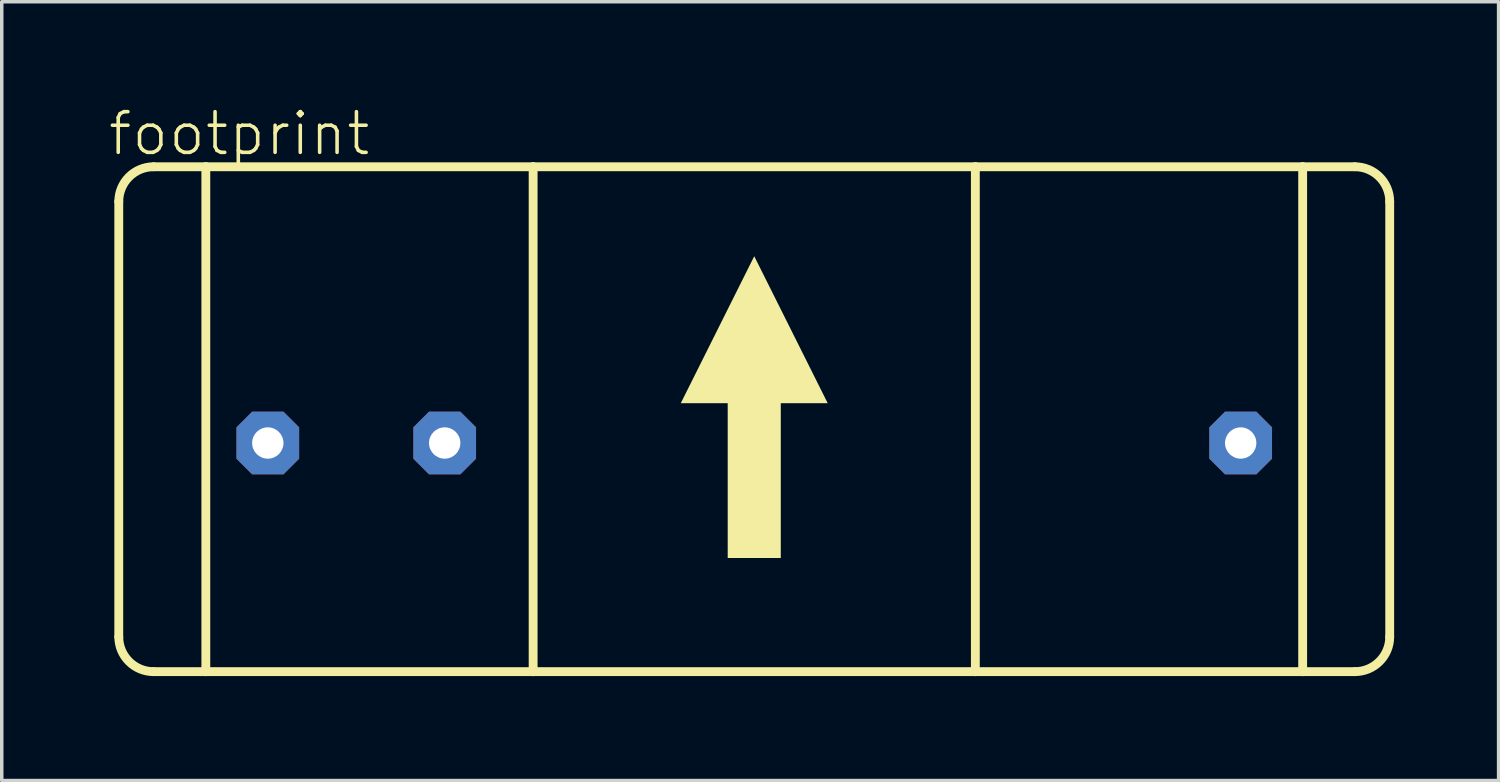
<source format=kicad_pcb>
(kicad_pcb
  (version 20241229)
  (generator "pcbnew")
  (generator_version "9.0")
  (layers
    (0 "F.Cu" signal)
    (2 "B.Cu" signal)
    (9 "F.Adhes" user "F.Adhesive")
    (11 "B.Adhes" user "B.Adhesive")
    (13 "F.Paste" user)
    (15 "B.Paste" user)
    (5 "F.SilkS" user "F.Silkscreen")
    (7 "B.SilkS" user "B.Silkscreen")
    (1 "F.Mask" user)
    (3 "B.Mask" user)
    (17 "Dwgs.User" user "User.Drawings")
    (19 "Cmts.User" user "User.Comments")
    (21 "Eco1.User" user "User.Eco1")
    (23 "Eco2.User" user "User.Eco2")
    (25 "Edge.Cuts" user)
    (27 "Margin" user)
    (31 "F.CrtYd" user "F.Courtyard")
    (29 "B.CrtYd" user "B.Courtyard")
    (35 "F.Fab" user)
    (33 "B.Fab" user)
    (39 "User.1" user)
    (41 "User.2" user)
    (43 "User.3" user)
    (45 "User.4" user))
  (footprint "footprint"
    (layer "F.Cu")
    (at 18.611 9.673)
    (property "Reference" "footprint" (at -18.611 -8.2 0) (layer "F.SilkS") (effects (font (size 1.168 1.168) (thickness 0.102)) (justify left bottom)))
    (fp_line (start -18.25 -6.934) (end -18.25 5.566) (stroke (width 0.254) (type solid)) (layer "F.SilkS"))
    (fp_line (start -17.25 6.566) (end -15.75 6.566) (stroke (width 0.254) (type solid)) (layer "F.SilkS"))
    (fp_line (start -15.75 -7.934) (end -17.25 -7.934) (stroke (width 0.254) (type solid)) (layer "F.SilkS"))
    (fp_line (start -15.75 -7.934) (end -15.75 6.566) (stroke (width 0.254) (type solid)) (layer "F.SilkS"))
    (fp_line (start -15.75 6.566) (end -6.35 6.566) (stroke (width 0.254) (type solid)) (layer "F.SilkS"))
    (fp_line (start -6.35 -7.934) (end -15.75 -7.934) (stroke (width 0.254) (type solid)) (layer "F.SilkS"))
    (fp_line (start -6.35 -7.934) (end -6.35 6.566) (stroke (width 0.254) (type solid)) (layer "F.SilkS"))
    (fp_line (start -6.35 6.566) (end 6.35 6.566) (stroke (width 0.254) (type solid)) (layer "F.SilkS"))
    (fp_line (start 6.35 -7.934) (end -6.35 -7.934) (stroke (width 0.254) (type solid)) (layer "F.SilkS"))
    (fp_line (start 6.35 -7.934) (end 6.35 6.566) (stroke (width 0.254) (type solid)) (layer "F.SilkS"))
    (fp_line (start 6.35 6.566) (end 15.75 6.566) (stroke (width 0.254) (type solid)) (layer "F.SilkS"))
    (fp_line (start 15.75 -7.934) (end 6.35 -7.934) (stroke (width 0.254) (type solid)) (layer "F.SilkS"))
    (fp_line (start 15.75 6.566) (end 15.75 -7.934) (stroke (width 0.254) (type solid)) (layer "F.SilkS"))
    (fp_line (start 15.75 6.566) (end 17.25 6.566) (stroke (width 0.254) (type solid)) (layer "F.SilkS"))
    (fp_line (start 17.25 -7.934) (end 15.75 -7.934) (stroke (width 0.254) (type solid)) (layer "F.SilkS"))
    (fp_line (start 18.25 5.566) (end 18.25 -6.934) (stroke (width 0.254) (type solid)) (layer "F.SilkS"))
    (fp_arc (start -18.25 -6.934) (mid -17.957107 -7.641107) (end -17.25 -7.934) (stroke (width 0.254) (type solid)) (layer "F.SilkS"))
    (fp_arc (start -17.25 6.566) (mid -17.957107 6.273107) (end -18.25 5.566) (stroke (width 0.254) (type solid)) (layer "F.SilkS"))
    (fp_arc (start 17.25 -7.934) (mid 17.957107 -7.641107) (end 18.25 -6.934) (stroke (width 0.254) (type solid)) (layer "F.SilkS"))
    (fp_arc (start 18.25 5.566) (mid 17.957107 6.273107) (end 17.25 6.566) (stroke (width 0.254) (type solid)) (layer "F.SilkS"))
    (fp_poly (pts (xy 2.11 -1.143) (xy 0.762 -1.143) (xy 0.762 3.302) (xy -0.762 3.302) (xy -0.762 -1.143) (xy -2.11 -1.143) (xy 0 -5.364)) (stroke (width 0) (type solid)) (fill yes) (layer "F.SilkS"))
    (pad "M" thru_hole roundrect (at -13.97 0) (size 1.8 1.8) (drill 0.9) (layers "*.Cu" "*.Mask") (roundrect_rratio 0.25) (chamfer_ratio 0.25) (chamfer top_left top_right bottom_left bottom_right))
    (pad "V+" thru_hole roundrect (at 13.97 0) (size 1.8 1.8) (drill 0.9) (layers "*.Cu" "*.Mask") (roundrect_rratio 0.25) (chamfer_ratio 0.25) (chamfer top_left top_right bottom_left bottom_right))
    (pad "V-" thru_hole roundrect (at -8.89 0) (size 1.8 1.8) (drill 0.9) (layers "*.Cu" "*.Mask") (roundrect_rratio 0.25) (chamfer_ratio 0.25) (chamfer top_left top_right bottom_left bottom_right)))
  (gr_rect
    (start -3 -3)
    (end 39.988 19.366)
    (stroke (width 0.1) (type default))
    (fill no)
    (layer "Edge.Cuts")))
</source>
